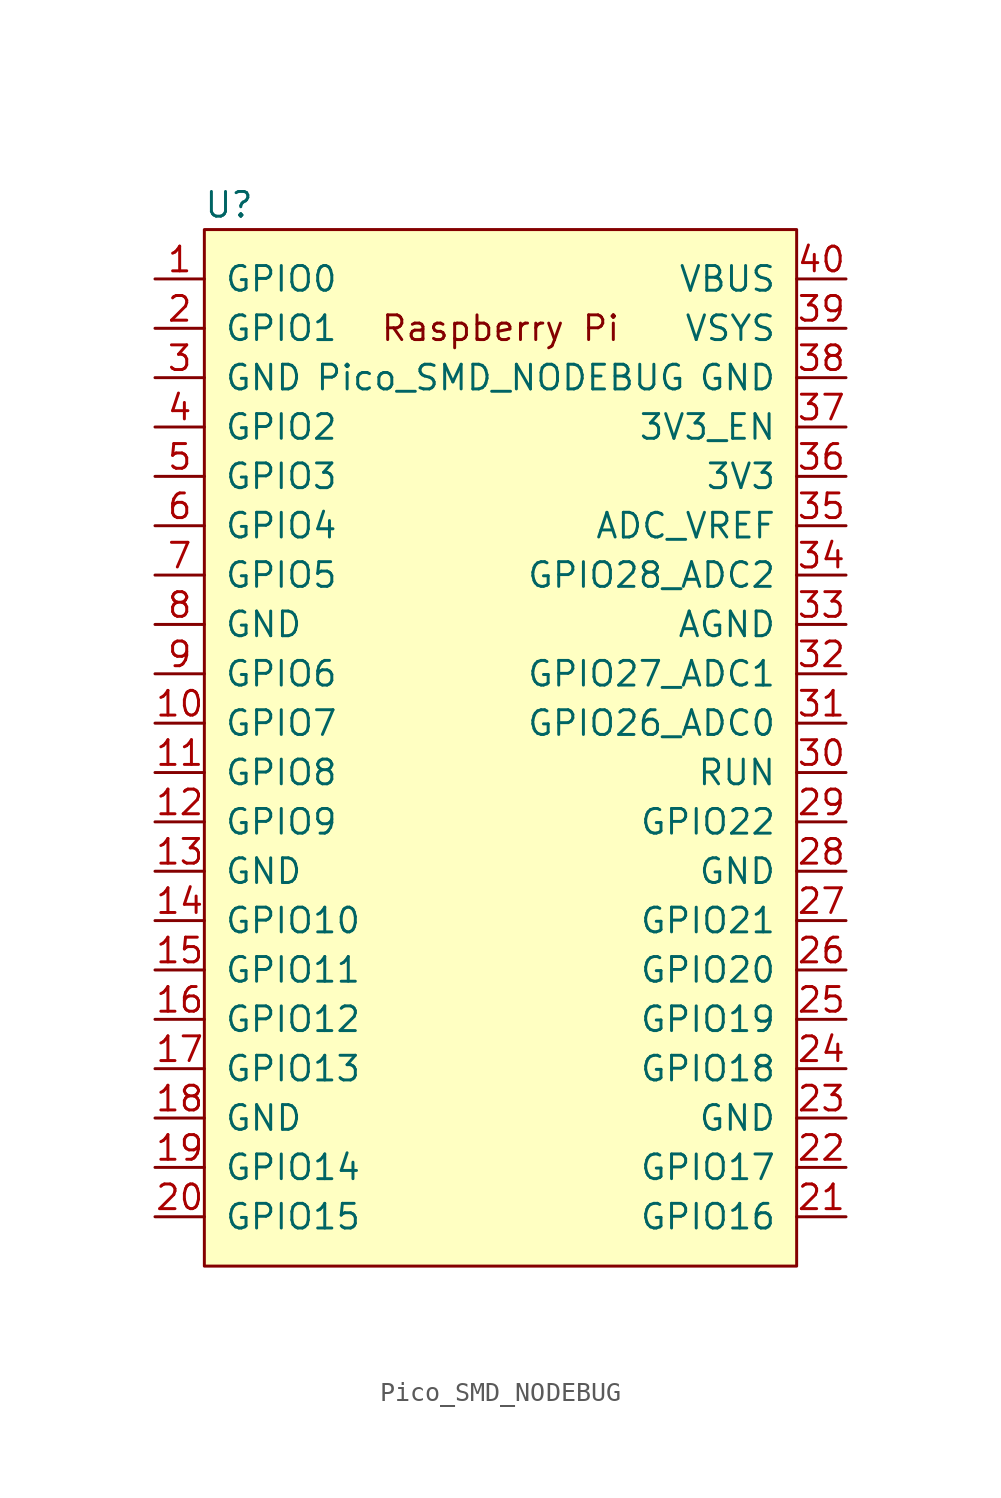
<source format=kicad_sym>
(kicad_symbol_lib
  (version 20220914)
  (generator kicad_symbol_editor)
  (symbol "Pico_SMD_NODEBUG"
    (pin_names
      (offset 1.016))
    (property "Reference" "U"
      (at -13.97 27.94 0)
      (effects (font (size 1.27 1.27))))
    (property "Value" "Pico_SMD_NODEBUG"
      (at 0 19.05 0)
      (effects (font (size 1.27 1.27))))
    (symbol "Pico_SMD_NODEBUG_0_0"
      (text "Raspberry Pi" (at 0 21.59 0) (effects (font (size 1.27 1.27)))))
    (symbol "Pico_SMD_NODEBUG_0_1"
      (rectangle (start -15.24 26.67) (end 15.24 -26.67) (stroke (width 0) (type solid)) (fill (type background))))
    (symbol "Pico_SMD_NODEBUG_1_1"
      (pin bidirectional line (at -17.78 24.13 0) (length 2.54) (name "GPIO0" (effects (font (size 1.27 1.27)))) (number "1" (effects (font (size 1.27 1.27)))))
      (pin bidirectional line (at -17.78 1.27 0) (length 2.54) (name "GPIO7" (effects (font (size 1.27 1.27)))) (number "10" (effects (font (size 1.27 1.27)))))
      (pin bidirectional line (at -17.78 -1.27 0) (length 2.54) (name "GPIO8" (effects (font (size 1.27 1.27)))) (number "11" (effects (font (size 1.27 1.27)))))
      (pin bidirectional line (at -17.78 -3.81 0) (length 2.54) (name "GPIO9" (effects (font (size 1.27 1.27)))) (number "12" (effects (font (size 1.27 1.27)))))
      (pin power_in line (at -17.78 -6.35 0) (length 2.54) (name "GND" (effects (font (size 1.27 1.27)))) (number "13" (effects (font (size 1.27 1.27)))))
      (pin bidirectional line (at -17.78 -8.89 0) (length 2.54) (name "GPIO10" (effects (font (size 1.27 1.27)))) (number "14" (effects (font (size 1.27 1.27)))))
      (pin bidirectional line (at -17.78 -11.43 0) (length 2.54) (name "GPIO11" (effects (font (size 1.27 1.27)))) (number "15" (effects (font (size 1.27 1.27)))))
      (pin bidirectional line (at -17.78 -13.97 0) (length 2.54) (name "GPIO12" (effects (font (size 1.27 1.27)))) (number "16" (effects (font (size 1.27 1.27)))))
      (pin bidirectional line (at -17.78 -16.51 0) (length 2.54) (name "GPIO13" (effects (font (size 1.27 1.27)))) (number "17" (effects (font (size 1.27 1.27)))))
      (pin power_in line (at -17.78 -19.05 0) (length 2.54) (name "GND" (effects (font (size 1.27 1.27)))) (number "18" (effects (font (size 1.27 1.27)))))
      (pin bidirectional line (at -17.78 -21.59 0) (length 2.54) (name "GPIO14" (effects (font (size 1.27 1.27)))) (number "19" (effects (font (size 1.27 1.27)))))
      (pin bidirectional line (at -17.78 21.59 0) (length 2.54) (name "GPIO1" (effects (font (size 1.27 1.27)))) (number "2" (effects (font (size 1.27 1.27)))))
      (pin bidirectional line (at -17.78 -24.13 0) (length 2.54) (name "GPIO15" (effects (font (size 1.27 1.27)))) (number "20" (effects (font (size 1.27 1.27)))))
      (pin bidirectional line (at 17.78 -24.13 180) (length 2.54) (name "GPIO16" (effects (font (size 1.27 1.27)))) (number "21" (effects (font (size 1.27 1.27)))))
      (pin bidirectional line (at 17.78 -21.59 180) (length 2.54) (name "GPIO17" (effects (font (size 1.27 1.27)))) (number "22" (effects (font (size 1.27 1.27)))))
      (pin power_in line (at 17.78 -19.05 180) (length 2.54) (name "GND" (effects (font (size 1.27 1.27)))) (number "23" (effects (font (size 1.27 1.27)))))
      (pin bidirectional line (at 17.78 -16.51 180) (length 2.54) (name "GPIO18" (effects (font (size 1.27 1.27)))) (number "24" (effects (font (size 1.27 1.27)))))
      (pin bidirectional line (at 17.78 -13.97 180) (length 2.54) (name "GPIO19" (effects (font (size 1.27 1.27)))) (number "25" (effects (font (size 1.27 1.27)))))
      (pin bidirectional line (at 17.78 -11.43 180) (length 2.54) (name "GPIO20" (effects (font (size 1.27 1.27)))) (number "26" (effects (font (size 1.27 1.27)))))
      (pin bidirectional line (at 17.78 -8.89 180) (length 2.54) (name "GPIO21" (effects (font (size 1.27 1.27)))) (number "27" (effects (font (size 1.27 1.27)))))
      (pin power_in line (at 17.78 -6.35 180) (length 2.54) (name "GND" (effects (font (size 1.27 1.27)))) (number "28" (effects (font (size 1.27 1.27)))))
      (pin bidirectional line (at 17.78 -3.81 180) (length 2.54) (name "GPIO22" (effects (font (size 1.27 1.27)))) (number "29" (effects (font (size 1.27 1.27)))))
      (pin power_in line (at -17.78 19.05 0) (length 2.54) (name "GND" (effects (font (size 1.27 1.27)))) (number "3" (effects (font (size 1.27 1.27)))))
      (pin input line (at 17.78 -1.27 180) (length 2.54) (name "RUN" (effects (font (size 1.27 1.27)))) (number "30" (effects (font (size 1.27 1.27)))))
      (pin bidirectional line (at 17.78 1.27 180) (length 2.54) (name "GPIO26_ADC0" (effects (font (size 1.27 1.27)))) (number "31" (effects (font (size 1.27 1.27)))))
      (pin bidirectional line (at 17.78 3.81 180) (length 2.54) (name "GPIO27_ADC1" (effects (font (size 1.27 1.27)))) (number "32" (effects (font (size 1.27 1.27)))))
      (pin power_in line (at 17.78 6.35 180) (length 2.54) (name "AGND" (effects (font (size 1.27 1.27)))) (number "33" (effects (font (size 1.27 1.27)))))
      (pin bidirectional line (at 17.78 8.89 180) (length 2.54) (name "GPIO28_ADC2" (effects (font (size 1.27 1.27)))) (number "34" (effects (font (size 1.27 1.27)))))
      (pin unspecified line (at 17.78 11.43 180) (length 2.54) (name "ADC_VREF" (effects (font (size 1.27 1.27)))) (number "35" (effects (font (size 1.27 1.27)))))
      (pin unspecified line (at 17.78 13.97 180) (length 2.54) (name "3V3" (effects (font (size 1.27 1.27)))) (number "36" (effects (font (size 1.27 1.27)))))
      (pin input line (at 17.78 16.51 180) (length 2.54) (name "3V3_EN" (effects (font (size 1.27 1.27)))) (number "37" (effects (font (size 1.27 1.27)))))
      (pin bidirectional line (at 17.78 19.05 180) (length 2.54) (name "GND" (effects (font (size 1.27 1.27)))) (number "38" (effects (font (size 1.27 1.27)))))
      (pin unspecified line (at 17.78 21.59 180) (length 2.54) (name "VSYS" (effects (font (size 1.27 1.27)))) (number "39" (effects (font (size 1.27 1.27)))))
      (pin bidirectional line (at -17.78 16.51 0) (length 2.54) (name "GPIO2" (effects (font (size 1.27 1.27)))) (number "4" (effects (font (size 1.27 1.27)))))
      (pin unspecified line (at 17.78 24.13 180) (length 2.54) (name "VBUS" (effects (font (size 1.27 1.27)))) (number "40" (effects (font (size 1.27 1.27)))))
      (pin bidirectional line (at -17.78 13.97 0) (length 2.54) (name "GPIO3" (effects (font (size 1.27 1.27)))) (number "5" (effects (font (size 1.27 1.27)))))
      (pin bidirectional line (at -17.78 11.43 0) (length 2.54) (name "GPIO4" (effects (font (size 1.27 1.27)))) (number "6" (effects (font (size 1.27 1.27)))))
      (pin bidirectional line (at -17.78 8.89 0) (length 2.54) (name "GPIO5" (effects (font (size 1.27 1.27)))) (number "7" (effects (font (size 1.27 1.27)))))
      (pin power_in line (at -17.78 6.35 0) (length 2.54) (name "GND" (effects (font (size 1.27 1.27)))) (number "8" (effects (font (size 1.27 1.27)))))
      (pin bidirectional line (at -17.78 3.81 0) (length 2.54) (name "GPIO6" (effects (font (size 1.27 1.27)))) (number "9" (effects (font (size 1.27 1.27))))))))
</source>
